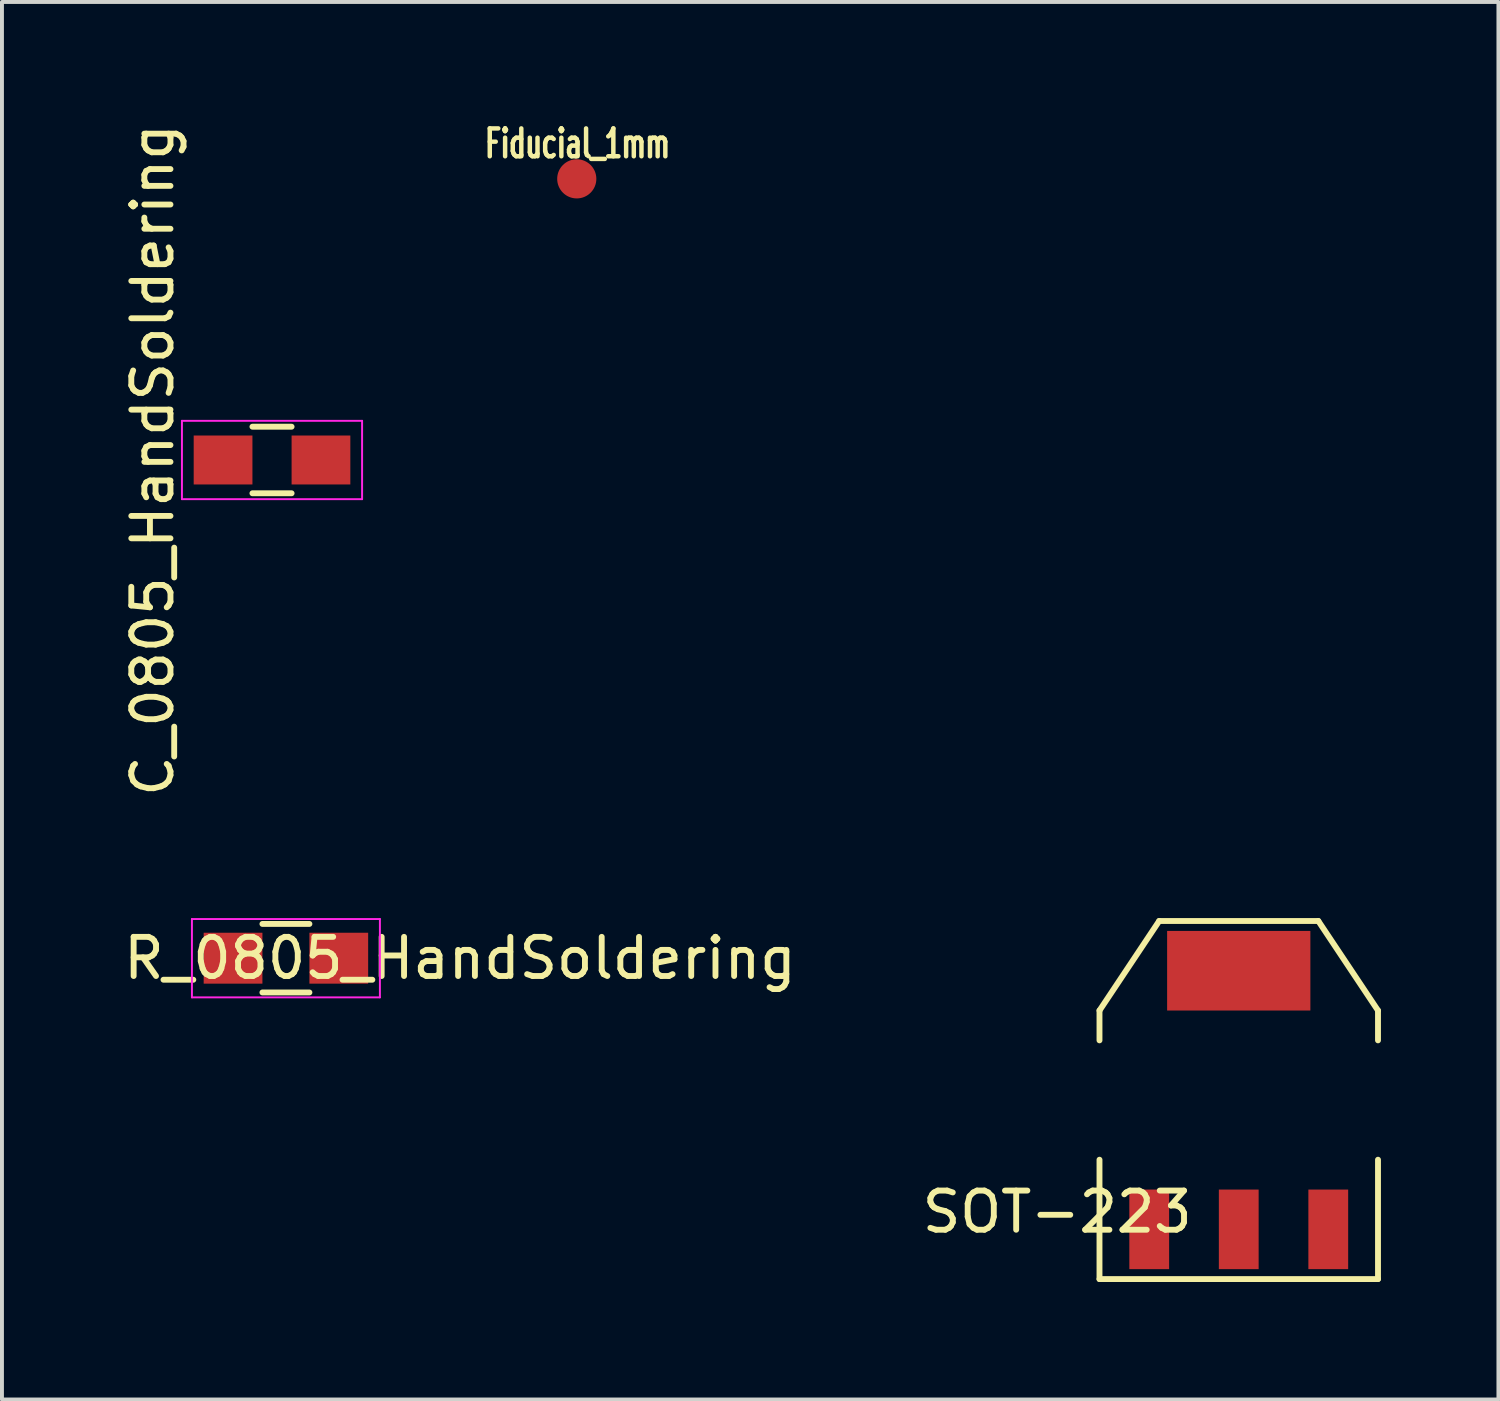
<source format=kicad_pcb>
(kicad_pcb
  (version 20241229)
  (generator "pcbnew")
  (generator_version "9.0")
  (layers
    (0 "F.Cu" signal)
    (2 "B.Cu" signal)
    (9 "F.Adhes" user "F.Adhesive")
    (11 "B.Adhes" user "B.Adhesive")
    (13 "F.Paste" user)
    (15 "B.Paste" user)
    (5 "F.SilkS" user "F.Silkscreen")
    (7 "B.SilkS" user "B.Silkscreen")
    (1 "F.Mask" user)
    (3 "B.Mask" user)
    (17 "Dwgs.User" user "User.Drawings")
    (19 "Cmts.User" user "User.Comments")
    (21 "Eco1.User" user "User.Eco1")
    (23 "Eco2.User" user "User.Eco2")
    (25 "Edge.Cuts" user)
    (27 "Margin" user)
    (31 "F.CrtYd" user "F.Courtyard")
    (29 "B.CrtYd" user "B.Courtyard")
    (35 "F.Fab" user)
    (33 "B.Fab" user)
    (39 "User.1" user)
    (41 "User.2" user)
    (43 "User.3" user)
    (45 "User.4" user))
  (footprint "C_0805_HandSoldering"
    (layer "F.Cu")
    (at 3.896 8.696)
    (property "Reference" "C_0805_HandSoldering" (at -3.048 0 90) (layer "F.SilkS") (effects (font (size 1 1) (thickness 0.15))))
    (attr smd)
    (fp_line (start -0.5 0.85) (end 0.5 0.85) (stroke (width 0.15) (type solid)) (layer "F.SilkS"))
    (fp_line (start 0.5 -0.85) (end -0.5 -0.85) (stroke (width 0.15) (type solid)) (layer "F.SilkS"))
    (fp_line (start -2.3 -1) (end -2.3 1) (stroke (width 0.05) (type solid)) (layer "F.CrtYd"))
    (fp_line (start -2.3 -1) (end 2.3 -1) (stroke (width 0.05) (type solid)) (layer "F.CrtYd"))
    (fp_line (start -2.3 1) (end 2.3 1) (stroke (width 0.05) (type solid)) (layer "F.CrtYd"))
    (fp_line (start 2.3 -1) (end 2.3 1) (stroke (width 0.05) (type solid)) (layer "F.CrtYd"))
    (pad "1" smd rect (at -1.25 0) (size 1.5 1.25) (layers "F.Cu" "F.Mask" "F.Paste"))
    (pad "2" smd rect (at 1.25 0) (size 1.5 1.25) (layers "F.Cu" "F.Mask" "F.Paste")))
  (footprint "R_0805_HandSoldering"
    (layer "F.Cu")
    (at 4.251 21.418)
    (property "Reference" "R_0805_HandSoldering" (at 4.445 0 0) (layer "F.SilkS") (effects (font (size 1 1) (thickness 0.15))))
    (attr smd)
    (fp_line (start -0.6 -0.875) (end 0.6 -0.875) (stroke (width 0.15) (type solid)) (layer "F.SilkS"))
    (fp_line (start 0.6 0.875) (end -0.6 0.875) (stroke (width 0.15) (type solid)) (layer "F.SilkS"))
    (fp_line (start -2.4 -1) (end -2.4 1) (stroke (width 0.05) (type solid)) (layer "F.CrtYd"))
    (fp_line (start -2.4 -1) (end 2.4 -1) (stroke (width 0.05) (type solid)) (layer "F.CrtYd"))
    (fp_line (start -2.4 1) (end 2.4 1) (stroke (width 0.05) (type solid)) (layer "F.CrtYd"))
    (fp_line (start 2.4 -1) (end 2.4 1) (stroke (width 0.05) (type solid)) (layer "F.CrtYd"))
    (pad "1" smd rect (at -1.35 0) (size 1.5 1.3) (layers "F.Cu" "F.Mask" "F.Paste"))
    (pad "2" smd rect (at 1.35 0) (size 1.5 1.3) (layers "F.Cu" "F.Mask" "F.Paste")))
  (footprint "SOT-223"
    (layer "F.Cu")
    (at 28.582 25.04)
    (property "Reference" "SOT-223" (at -4.636 2.857 0) (layer "F.SilkS") (effects (font (size 1 1) (thickness 0.15))))
    (attr smd)
    (fp_line (start -3.556 -2.286) (end -2.032 -4.572) (stroke (width 0.15) (type solid)) (layer "F.SilkS"))
    (fp_line (start -3.556 -1.524) (end -3.556 -2.286) (stroke (width 0.15) (type solid)) (layer "F.SilkS"))
    (fp_line (start -3.556 1.524) (end -3.556 4.572) (stroke (width 0.15) (type solid)) (layer "F.SilkS"))
    (fp_line (start -3.556 4.572) (end 3.556 4.572) (stroke (width 0.15) (type solid)) (layer "F.SilkS"))
    (fp_line (start -2.032 -4.572) (end 2.032 -4.572) (stroke (width 0.15) (type solid)) (layer "F.SilkS"))
    (fp_line (start 2.032 -4.572) (end 3.556 -2.286) (stroke (width 0.15) (type solid)) (layer "F.SilkS"))
    (fp_line (start 3.556 -2.286) (end 3.556 -1.524) (stroke (width 0.15) (type solid)) (layer "F.SilkS"))
    (fp_line (start 3.556 4.572) (end 3.556 1.524) (stroke (width 0.15) (type solid)) (layer "F.SilkS"))
    (pad "1" smd rect (at -2.286 3.302) (size 1.016 2.032) (layers "F.Cu" "F.Mask" "F.Paste"))
    (pad "2" smd rect (at 0 3.302) (size 1.016 2.032) (layers "F.Cu" "F.Mask" "F.Paste"))
    (pad "3" smd rect (at 2.286 3.302) (size 1.016 2.032) (layers "F.Cu" "F.Mask" "F.Paste"))
    (pad "4" smd rect (at 0 -3.302) (size 3.658 2.032) (layers "F.Cu" "F.Mask" "F.Paste")))
  (footprint "Fiducial_1mm"
    (layer "F.Cu")
    (at 11.678 1.517)
    (property "Reference" "Fiducial_1mm" (at 0.02 -0.9 0) (layer "F.SilkS") (effects (font (size 0.711 0.457) (thickness 0.114))))
    (attr through_hole)
    (pad "1" smd circle (at 0 0) (size 1 1) (layers "F.Cu" "F.Mask")))
  (gr_rect
    (start -3 -3)
    (end 35.213 32.687)
    (stroke (width 0.1) (type default))
    (fill no)
    (layer "Edge.Cuts")))
</source>
